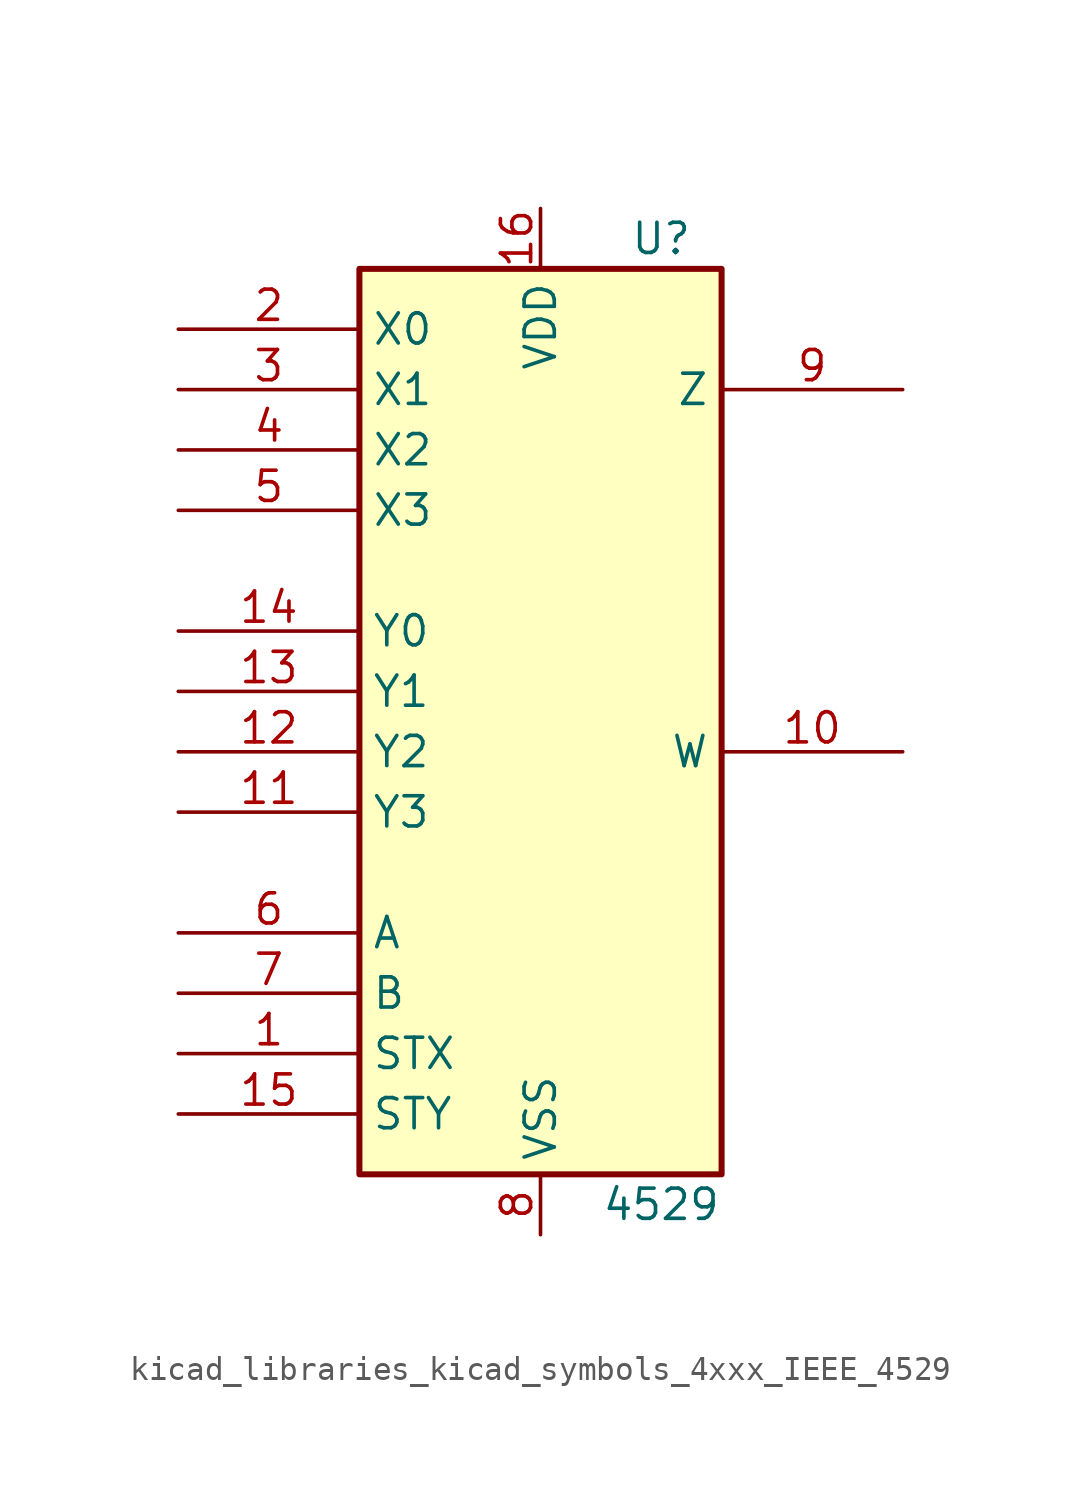
<source format=kicad_sym>
(kicad_symbol_lib
  (version 20220914)
  (generator kicad_symbol_editor)
  (symbol "kicad_libraries_kicad_symbols_4xxx_IEEE_4529"
    (property "Reference" "U"
      (at 5.08 21.59 0)
      (effects (font (size 1.27 1.27))))
    (property "Value" "4529"
      (at 5.08 -19.05 0)
      (effects (font (size 1.27 1.27))))
    (symbol "kicad_libraries_kicad_symbols_4xxx_IEEE_4529_0_1"
      (rectangle (start -7.62 20.32) (end 7.62 -17.78) (stroke (width 0.254) (type default)) (fill (type background))))
    (symbol "kicad_libraries_kicad_symbols_4xxx_IEEE_4529_1_1"
      (pin input line (at -15.24 -12.7 0) (length 7.62) (name "STX" (effects (font (size 1.27 1.27)))) (number "1" (effects (font (size 1.27 1.27)))))
      (pin tri_state line (at 15.24 0 180) (length 7.62) (name "W" (effects (font (size 1.27 1.27)))) (number "10" (effects (font (size 1.27 1.27)))))
      (pin input line (at -15.24 -2.54 0) (length 7.62) (name "Y3" (effects (font (size 1.27 1.27)))) (number "11" (effects (font (size 1.27 1.27)))))
      (pin input line (at -15.24 0 0) (length 7.62) (name "Y2" (effects (font (size 1.27 1.27)))) (number "12" (effects (font (size 1.27 1.27)))))
      (pin input line (at -15.24 2.54 0) (length 7.62) (name "Y1" (effects (font (size 1.27 1.27)))) (number "13" (effects (font (size 1.27 1.27)))))
      (pin input line (at -15.24 5.08 0) (length 7.62) (name "Y0" (effects (font (size 1.27 1.27)))) (number "14" (effects (font (size 1.27 1.27)))))
      (pin input line (at -15.24 -15.24 0) (length 7.62) (name "STY" (effects (font (size 1.27 1.27)))) (number "15" (effects (font (size 1.27 1.27)))))
      (pin power_in line (at 0 22.86 270) (length 2.54) (name "VDD" (effects (font (size 1.27 1.27)))) (number "16" (effects (font (size 1.27 1.27)))))
      (pin input line (at -15.24 17.78 0) (length 7.62) (name "X0" (effects (font (size 1.27 1.27)))) (number "2" (effects (font (size 1.27 1.27)))))
      (pin input line (at -15.24 15.24 0) (length 7.62) (name "X1" (effects (font (size 1.27 1.27)))) (number "3" (effects (font (size 1.27 1.27)))))
      (pin input line (at -15.24 12.7 0) (length 7.62) (name "X2" (effects (font (size 1.27 1.27)))) (number "4" (effects (font (size 1.27 1.27)))))
      (pin input line (at -15.24 10.16 0) (length 7.62) (name "X3" (effects (font (size 1.27 1.27)))) (number "5" (effects (font (size 1.27 1.27)))))
      (pin input line (at -15.24 -7.62 0) (length 7.62) (name "A" (effects (font (size 1.27 1.27)))) (number "6" (effects (font (size 1.27 1.27)))))
      (pin input line (at -15.24 -10.16 0) (length 7.62) (name "B" (effects (font (size 1.27 1.27)))) (number "7" (effects (font (size 1.27 1.27)))))
      (pin power_in line (at 0 -20.32 90) (length 2.54) (name "VSS" (effects (font (size 1.27 1.27)))) (number "8" (effects (font (size 1.27 1.27)))))
      (pin tri_state line (at 15.24 15.24 180) (length 7.62) (name "Z" (effects (font (size 1.27 1.27)))) (number "9" (effects (font (size 1.27 1.27))))))))
</source>
